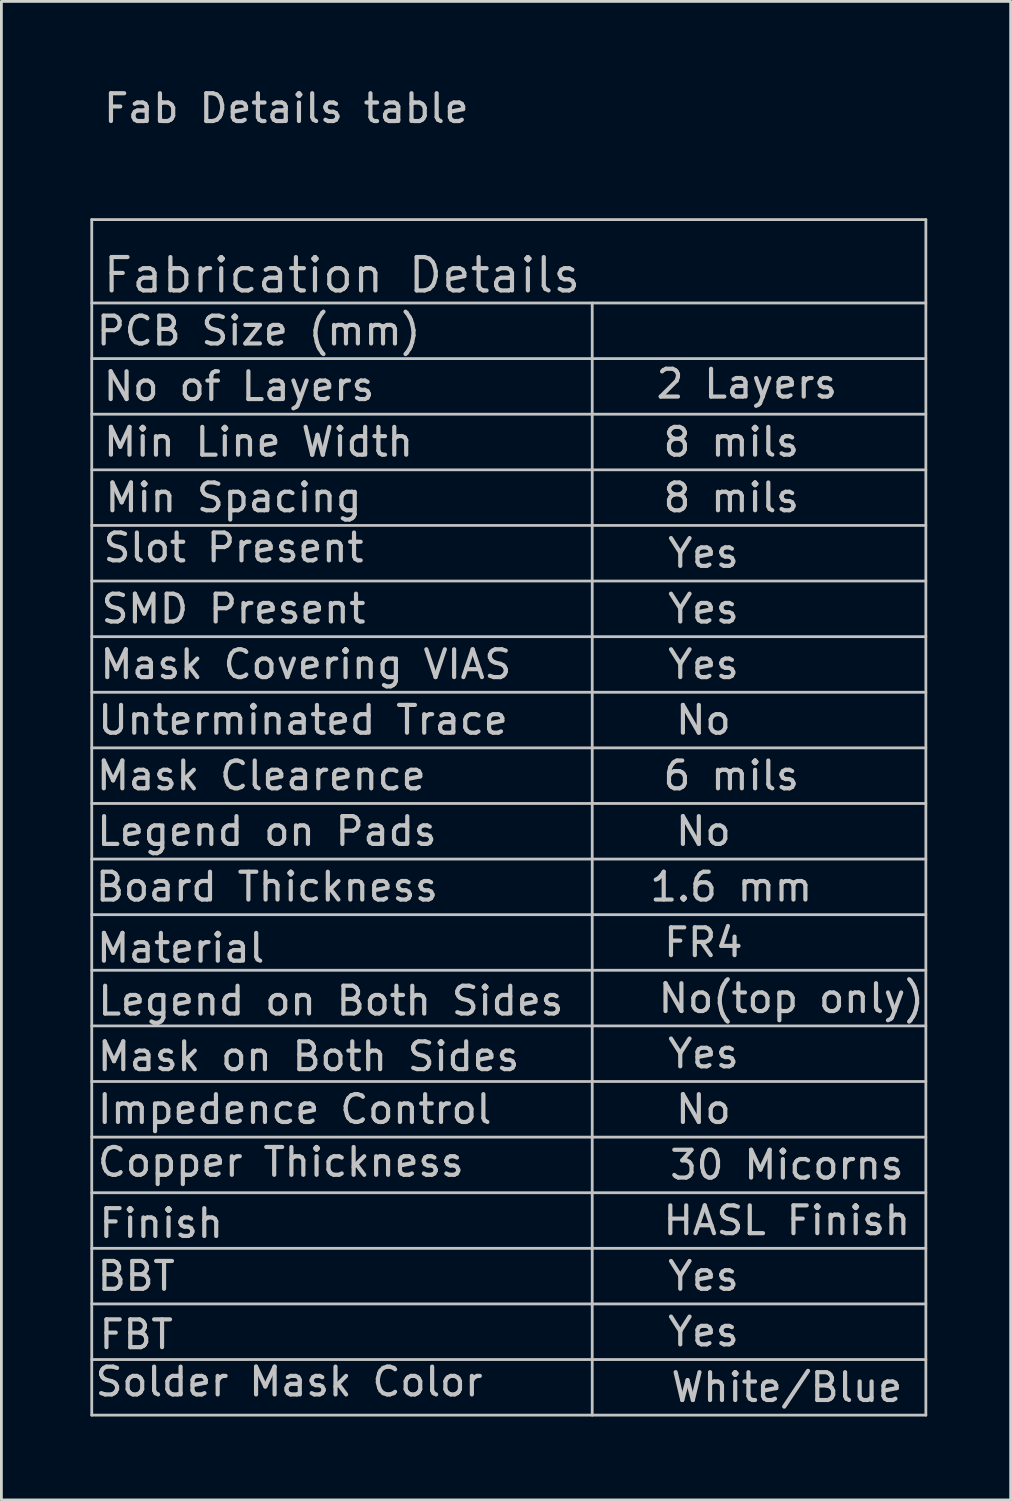
<source format=kicad_pcb>
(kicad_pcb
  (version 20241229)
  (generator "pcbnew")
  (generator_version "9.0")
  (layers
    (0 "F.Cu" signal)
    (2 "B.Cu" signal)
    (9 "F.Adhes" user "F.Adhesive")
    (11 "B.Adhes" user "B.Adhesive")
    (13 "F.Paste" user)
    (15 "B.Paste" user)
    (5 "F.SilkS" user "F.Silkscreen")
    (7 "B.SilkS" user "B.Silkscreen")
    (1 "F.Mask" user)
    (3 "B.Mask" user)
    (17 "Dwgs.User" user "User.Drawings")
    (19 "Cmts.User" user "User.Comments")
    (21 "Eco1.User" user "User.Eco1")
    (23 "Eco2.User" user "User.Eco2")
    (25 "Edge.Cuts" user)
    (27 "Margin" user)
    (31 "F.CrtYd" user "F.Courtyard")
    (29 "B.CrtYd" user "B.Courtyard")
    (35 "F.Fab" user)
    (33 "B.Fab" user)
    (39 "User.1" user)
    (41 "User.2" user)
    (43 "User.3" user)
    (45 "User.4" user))
  (footprint "Fab Details table"
    (layer "F.Cu")
    (at 0.25 4.848)
    (property "Reference" "Fab Details table" (at 7 -4 0) (layer "Dwgs.User") (effects (font (size 1 1) (thickness 0.15))))
    (attr through_hole)
    (fp_line (start 0 0) (end 0 43) (stroke (width 0.1) (type solid)) (layer "Dwgs.User"))
    (fp_line (start 0 0) (end 30 0) (stroke (width 0.1) (type solid)) (layer "Dwgs.User"))
    (fp_line (start 0 3) (end 30 3) (stroke (width 0.1) (type solid)) (layer "Dwgs.User"))
    (fp_line (start 0 5) (end 30 5) (stroke (width 0.1) (type solid)) (layer "Dwgs.User"))
    (fp_line (start 0 7) (end 30 7) (stroke (width 0.1) (type solid)) (layer "Dwgs.User"))
    (fp_line (start 0 9) (end 30 9) (stroke (width 0.1) (type solid)) (layer "Dwgs.User"))
    (fp_line (start 0 11) (end 30 11) (stroke (width 0.1) (type solid)) (layer "Dwgs.User"))
    (fp_line (start 0 13) (end 30 13) (stroke (width 0.1) (type solid)) (layer "Dwgs.User"))
    (fp_line (start 0 15) (end 30 15) (stroke (width 0.1) (type solid)) (layer "Dwgs.User"))
    (fp_line (start 0 17) (end 30 17) (stroke (width 0.1) (type solid)) (layer "Dwgs.User"))
    (fp_line (start 0 19) (end 30 19) (stroke (width 0.1) (type solid)) (layer "Dwgs.User"))
    (fp_line (start 0 21) (end 30 21) (stroke (width 0.1) (type solid)) (layer "Dwgs.User"))
    (fp_line (start 0 23) (end 30 23) (stroke (width 0.1) (type solid)) (layer "Dwgs.User"))
    (fp_line (start 0 25) (end 30 25) (stroke (width 0.1) (type solid)) (layer "Dwgs.User"))
    (fp_line (start 0 27) (end 30 27) (stroke (width 0.1) (type solid)) (layer "Dwgs.User"))
    (fp_line (start 0 29) (end 30 29) (stroke (width 0.1) (type solid)) (layer "Dwgs.User"))
    (fp_line (start 0 31) (end 30 31) (stroke (width 0.1) (type solid)) (layer "Dwgs.User"))
    (fp_line (start 0 33) (end 30 33) (stroke (width 0.1) (type solid)) (layer "Dwgs.User"))
    (fp_line (start 0 35) (end 30 35) (stroke (width 0.1) (type solid)) (layer "Dwgs.User"))
    (fp_line (start 0 37) (end 30 37) (stroke (width 0.1) (type solid)) (layer "Dwgs.User"))
    (fp_line (start 0 39) (end 30 39) (stroke (width 0.1) (type solid)) (layer "Dwgs.User"))
    (fp_line (start 0 41) (end 30 41) (stroke (width 0.1) (type solid)) (layer "Dwgs.User"))
    (fp_line (start 0 43) (end 30 43) (stroke (width 0.1) (type solid)) (layer "Dwgs.User"))
    (fp_line (start 18 43) (end 18 3) (stroke (width 0.1) (type solid)) (layer "Dwgs.User"))
    (fp_line (start 30 0) (end 30 43) (stroke (width 0.1) (type solid)) (layer "Dwgs.User"))
    (fp_text user "Yes" (at 22 14 0) (layer "Dwgs.User") (effects (font (size 1 1) (thickness 0.15))))
    (fp_text user "8 mils" (at 23 8 0) (layer "Dwgs.User") (effects (font (size 1 1) (thickness 0.15))))
    (fp_text user "No" (at 22 22 0) (layer "Dwgs.User") (effects (font (size 1 1) (thickness 0.15))))
    (fp_text user "Mask on Both Sides" (at 7.8 30.1 0) (layer "Dwgs.User") (effects (font (size 1 1) (thickness 0.15))))
    (fp_text user "Impedence Control" (at 7.3 32 0) (layer "Dwgs.User") (effects (font (size 1 1) (thickness 0.15))))
    (fp_text user "Legend on Both Sides" (at 8.6 28.1 0) (layer "Dwgs.User") (effects (font (size 1 1) (thickness 0.15))))
    (fp_text user "Mask Covering VIAS" (at 7.7 16 0) (layer "Dwgs.User") (effects (font (size 1 1) (thickness 0.15))))
    (fp_text user "White/Blue" (at 25 42 0) (layer "Dwgs.User") (effects (font (size 1 1) (thickness 0.15))))
    (fp_text user "No of Layers" (at 5.3 6 0) (layer "Dwgs.User") (effects (font (size 1 1) (thickness 0.15))))
    (fp_text user "Yes" (at 22 16 0) (layer "Dwgs.User") (effects (font (size 1 1) (thickness 0.15))))
    (fp_text user "Board Thickness" (at 6.3 24 0) (layer "Dwgs.User") (effects (font (size 1 1) (thickness 0.15))))
    (fp_text user "30 Micorns" (at 25 34 0) (layer "Dwgs.User") (effects (font (size 1 1) (thickness 0.15))))
    (fp_text user "HASL Finish" (at 25 36 0) (layer "Dwgs.User") (effects (font (size 1 1) (thickness 0.15))))
    (fp_text user "Min Spacing" (at 5.1 10 0) (layer "Dwgs.User") (effects (font (size 1 1) (thickness 0.15))))
    (fp_text user "Copper Thickness" (at 6.8 33.9 0) (layer "Dwgs.User") (effects (font (size 1 1) (thickness 0.15))))
    (fp_text user "Yes" (at 22 30 0) (layer "Dwgs.User") (effects (font (size 1 1) (thickness 0.15))))
    (fp_text user "Slot Present" (at 5.1 11.8 0) (layer "Dwgs.User") (effects (font (size 1 1) (thickness 0.15))))
    (fp_text user "6 mils" (at 23 20 0) (layer "Dwgs.User") (effects (font (size 1 1) (thickness 0.15))))
    (fp_text user "BBT" (at 1.6 38 0) (layer "Dwgs.User") (effects (font (size 1 1) (thickness 0.15))))
    (fp_text user "No" (at 22 18 0) (layer "Dwgs.User") (effects (font (size 1 1) (thickness 0.15))))
    (fp_text user "No" (at 22 32 0) (layer "Dwgs.User") (effects (font (size 1 1) (thickness 0.15))))
    (fp_text user "Unterminated Trace" (at 7.6 18 0) (layer "Dwgs.User") (effects (font (size 1 1) (thickness 0.15))))
    (fp_text user "2 Layers" (at 23.56 5.91 0) (layer "Dwgs.User") (effects (font (size 1 1) (thickness 0.15))))
    (fp_text user "Legend on Pads" (at 6.3 22 0) (layer "Dwgs.User") (effects (font (size 1 1) (thickness 0.15))))
    (fp_text user "No(top only)" (at 25.16 28.01 0) (layer "Dwgs.User") (effects (font (size 1 1) (thickness 0.15))))
    (fp_text user "Mask Clearence" (at 6.1 20 0) (layer "Dwgs.User") (effects (font (size 1 1) (thickness 0.15))))
    (fp_text user "Finish" (at 2.5 36.1 0) (layer "Dwgs.User") (effects (font (size 1 1) (thickness 0.15))))
    (fp_text user "Material" (at 3.2 26.2 0) (layer "Dwgs.User") (effects (font (size 1 1) (thickness 0.15))))
    (fp_text user "Fabrication Details" (at 9 2 0) (layer "Dwgs.User") (effects (font (size 1.2 1.2) (thickness 0.15))))
    (fp_text user "PCB Size (mm)" (at 6 4 0) (layer "Dwgs.User") (effects (font (size 1 1) (thickness 0.15))))
    (fp_text user "Yes" (at 22 38 0) (layer "Dwgs.User") (effects (font (size 1 1) (thickness 0.15))))
    (fp_text user "Yes" (at 22 12 0) (layer "Dwgs.User") (effects (font (size 1 1) (thickness 0.15))))
    (fp_text user "SMD Present" (at 5.1 14 0) (layer "Dwgs.User") (effects (font (size 1 1) (thickness 0.15))))
    (fp_text user "FBT" (at 1.6 40.1 0) (layer "Dwgs.User") (effects (font (size 1 1) (thickness 0.15))))
    (fp_text user "8 mils" (at 23 10 0) (layer "Dwgs.User") (effects (font (size 1 1) (thickness 0.15))))
    (fp_text user "Solder Mask Color" (at 7.1 41.8 0) (layer "Dwgs.User") (effects (font (size 1 1) (thickness 0.15))))
    (fp_text user "1.6 mm" (at 23 24 0) (layer "Dwgs.User") (effects (font (size 1 1) (thickness 0.15))))
    (fp_text user "FR4" (at 22 26 0) (layer "Dwgs.User") (effects (font (size 1 1) (thickness 0.15))))
    (fp_text user "Yes" (at 22 40 0) (layer "Dwgs.User") (effects (font (size 1 1) (thickness 0.15))))
    (fp_text user "Min Line Width" (at 6 8 0) (layer "Dwgs.User") (effects (font (size 1 1) (thickness 0.15)))))
  (gr_rect
    (start -3 -3)
    (end 33.3 50.898)
    (stroke (width 0.1) (type default))
    (fill no)
    (layer "Edge.Cuts")))
</source>
